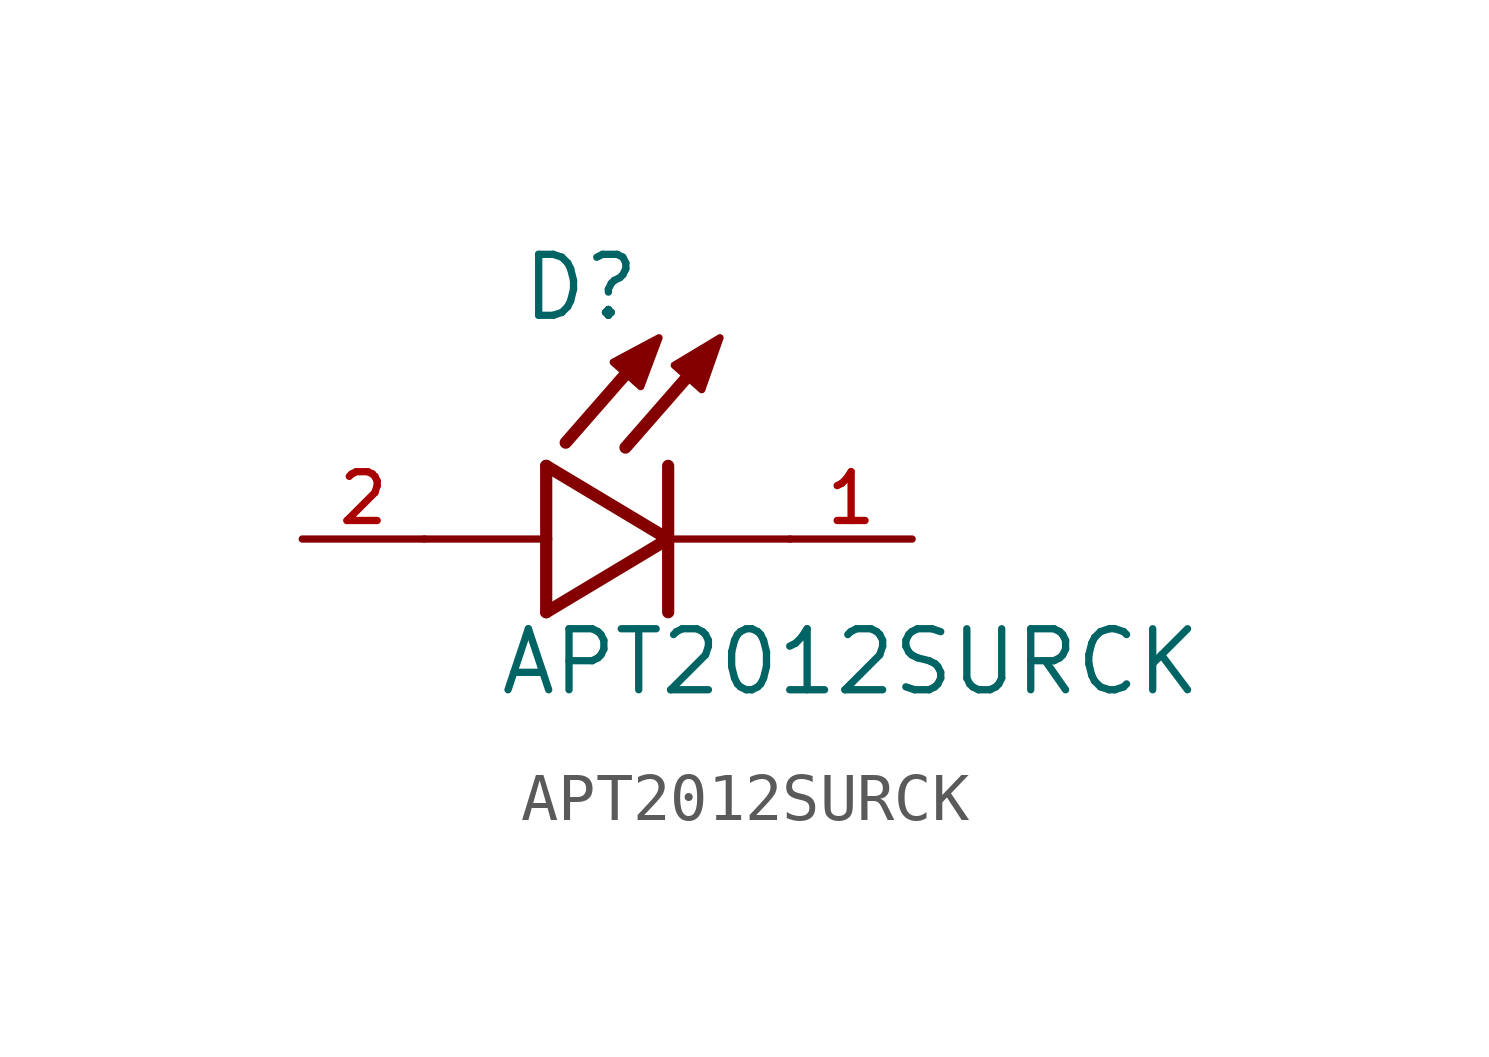
<source format=kicad_sym>
(kicad_symbol_lib
  (version 20211014)
  (generator kicad_symbol_editor)
  (symbol "APT2012SURCK"
    (pin_names
      (offset 1.016))
    (property "Reference" "D"
      (at -3.099 4.496 0)
      (effects (font (size 1.27 1.27)) (justify bottom left)))
    (property "Value" "APT2012SURCK"
      (at -3.556 -3.302 0)
      (effects (font (size 1.27 1.27)) (justify bottom left)))
    (symbol "APT2012SURCK_0_0"
      (polyline (pts (xy -2.54 1.524) (xy -2.54 0.0)) (stroke (width 0.254)))
      (polyline (pts (xy -2.54 0.0) (xy -2.54 -1.524)) (stroke (width 0.254)))
      (polyline (pts (xy -2.54 -1.524) (xy 0.0 0.0)) (stroke (width 0.254)))
      (polyline (pts (xy 0.0 0.0) (xy -2.54 1.524)) (stroke (width 0.254)))
      (polyline (pts (xy 0.0 1.524) (xy 0.0 0.0)) (stroke (width 0.254)))
      (polyline (pts (xy 0.0 0.0) (xy 0.0 -1.524)) (stroke (width 0.254)))
      (polyline (pts (xy -2.54 0.0) (xy -5.08 0.0)) (stroke (width 0.152)))
      (polyline (pts (xy 0.889 3.937) (xy -0.889 1.905)) (stroke (width 0.254)))
      (polyline (pts (xy -0.356 4.039) (xy -2.134 2.007)) (stroke (width 0.254)))
      (polyline (pts (xy 2.54 0.0) (xy 0.0 0.0)) (stroke (width 0.152)))
      (polyline (pts (xy -1.143 3.683) (xy -0.572 3.175) (xy -0.191 4.191) (xy -1.143 3.683)) (stroke (width 0.152)) (fill (type outline)))
      (polyline (pts (xy 0.127 3.619) (xy 0.699 3.111) (xy 1.079 4.191) (xy 0.127 3.619)) (stroke (width 0.152)) (fill (type outline)))
      (pin passive line (at 5.08 0.0 180.0) (length 2.54) (name "~" (effects (font (size 1.016 1.016)))) (number "1" (effects (font (size 1.016 1.016)))))
      (pin passive line (at -7.62 0.0 0) (length 2.54) (name "~" (effects (font (size 1.016 1.016)))) (number "2" (effects (font (size 1.016 1.016))))))))
</source>
